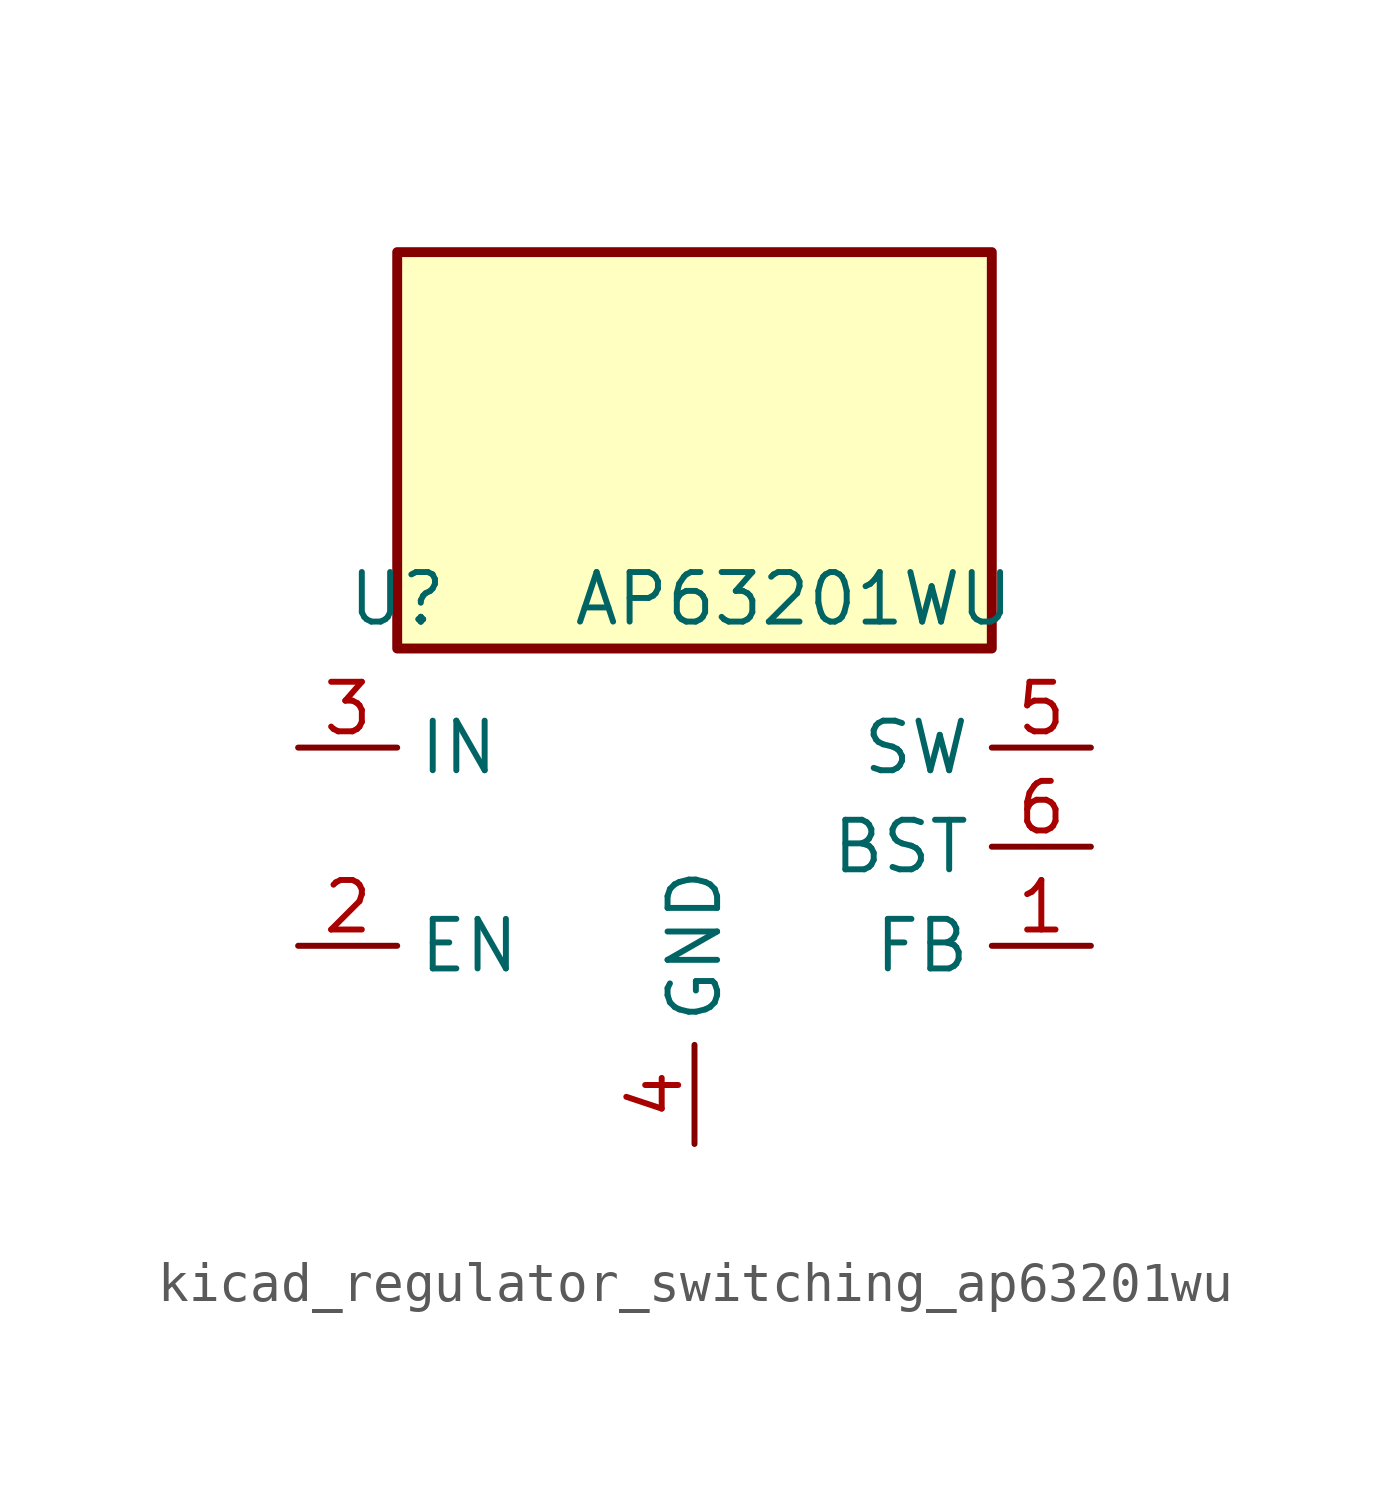
<source format=kicad_sym>
(kicad_symbol_lib
  (version 20220914)
  (generator kicad_symbol_editor)
  (symbol "kicad_regulator_switching_ap63201wu"
    (property "Reference" "U"
      (at -7.62 6.35 0)
      (effects (font (size 1.27 1.27))))
    (property "Value" "AP63201WU"
      (at 2.54 6.35 0)
      (effects (font (size 1.27 1.27))))
    (symbol "kicad_regulator_switching_ap63201wu_0_1"
      (rectangle (start 7.62 15.24) (end -7.62 5.08) (stroke (width 0.254) (type default)) (fill (type background))))
    (symbol "kicad_regulator_switching_ap63201wu_1_1"
      (pin input line (at 10.16 -2.54 180) (length 2.54) (name "FB" (effects (font (size 1.27 1.27)))) (number "1" (effects (font (size 1.27 1.27)))))
      (pin input line (at -10.16 -2.54 0) (length 2.54) (name "EN" (effects (font (size 1.27 1.27)))) (number "2" (effects (font (size 1.27 1.27)))))
      (pin power_in line (at -10.16 2.54 0) (length 2.54) (name "IN" (effects (font (size 1.27 1.27)))) (number "3" (effects (font (size 1.27 1.27)))))
      (pin power_in line (at 0 -7.62 90) (length 2.54) (name "GND" (effects (font (size 1.27 1.27)))) (number "4" (effects (font (size 1.27 1.27)))))
      (pin output line (at 10.16 2.54 180) (length 2.54) (name "SW" (effects (font (size 1.27 1.27)))) (number "5" (effects (font (size 1.27 1.27)))))
      (pin passive line (at 10.16 0 180) (length 2.54) (name "BST" (effects (font (size 1.27 1.27)))) (number "6" (effects (font (size 1.27 1.27))))))))
</source>
